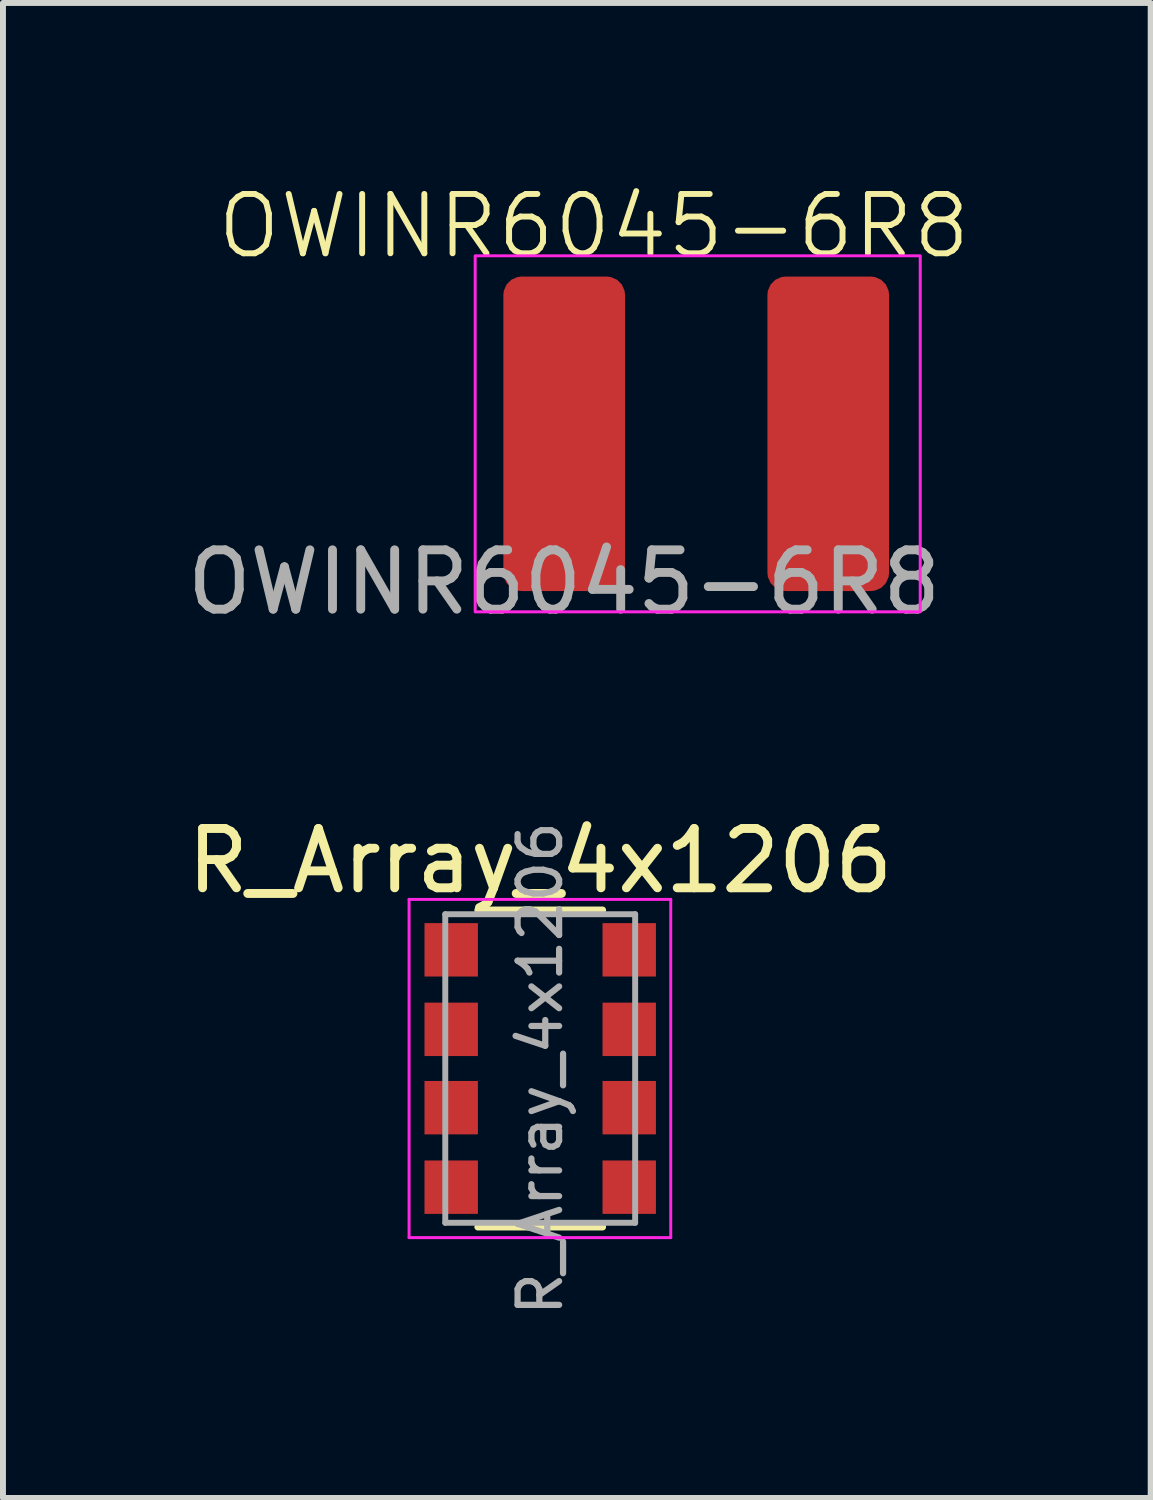
<source format=kicad_pcb>
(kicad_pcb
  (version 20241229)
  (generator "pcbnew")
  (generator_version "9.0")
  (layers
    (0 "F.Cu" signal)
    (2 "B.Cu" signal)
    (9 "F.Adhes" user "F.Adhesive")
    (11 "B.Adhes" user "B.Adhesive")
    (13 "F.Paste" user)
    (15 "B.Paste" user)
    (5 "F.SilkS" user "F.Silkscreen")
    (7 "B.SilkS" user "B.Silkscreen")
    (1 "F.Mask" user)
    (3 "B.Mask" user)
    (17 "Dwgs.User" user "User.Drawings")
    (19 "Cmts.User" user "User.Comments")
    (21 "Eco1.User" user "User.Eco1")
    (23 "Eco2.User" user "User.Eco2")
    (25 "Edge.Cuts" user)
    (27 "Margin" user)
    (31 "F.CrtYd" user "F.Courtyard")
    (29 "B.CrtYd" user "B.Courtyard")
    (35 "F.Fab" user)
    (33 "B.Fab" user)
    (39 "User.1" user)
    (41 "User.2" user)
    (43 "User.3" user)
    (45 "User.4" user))
  (footprint "R_Array_4x1206"
    (layer "F.Cu")
    (at 6.054 14.957)
    (property "Reference" "R_Array_4x1206" (at 0 -3.5 0) (layer "F.SilkS") (effects (font (size 1 1) (thickness 0.15))))
    (attr smd)
    (fp_line (start 1.05 -2.67) (end -1.05 -2.67) (stroke (width 0.12) (type solid)) (layer "F.SilkS"))
    (fp_line (start 1.05 2.67) (end -1.05 2.67) (stroke (width 0.12) (type solid)) (layer "F.SilkS"))
    (fp_line (start -2.21 -2.85) (end -2.21 2.85) (stroke (width 0.05) (type solid)) (layer "F.CrtYd"))
    (fp_line (start -2.21 -2.85) (end 2.2 -2.85) (stroke (width 0.05) (type solid)) (layer "F.CrtYd"))
    (fp_line (start 2.2 2.85) (end -2.21 2.85) (stroke (width 0.05) (type solid)) (layer "F.CrtYd"))
    (fp_line (start 2.2 2.85) (end 2.2 -2.85) (stroke (width 0.05) (type solid)) (layer "F.CrtYd"))
    (fp_line (start -1.6 -2.6) (end -1.6 2.6) (stroke (width 0.1) (type solid)) (layer "F.Fab"))
    (fp_line (start -1.6 2.6) (end 1.6 2.6) (stroke (width 0.1) (type solid)) (layer "F.Fab"))
    (fp_line (start 1.6 -2.6) (end -1.6 -2.6) (stroke (width 0.1) (type solid)) (layer "F.Fab"))
    (fp_line (start 1.6 2.6) (end 1.6 -2.6) (stroke (width 0.1) (type solid)) (layer "F.Fab"))
    (fp_text user "${REFERENCE}" (at 0 0 90) (layer "F.Fab") (effects (font (size 0.7 0.7) (thickness 0.105))))
    (pad "1" smd rect (at -1.5 -2) (size 0.9 0.9) (layers "F.Cu" "F.Mask" "F.Paste"))
    (pad "2" smd rect (at 1.5 -2) (size 0.9 0.9) (layers "F.Cu" "F.Mask" "F.Paste"))
    (pad "3" smd rect (at -1.5 -0.66) (size 0.9 0.9) (layers "F.Cu" "F.Mask" "F.Paste"))
    (pad "4" smd rect (at 1.5 -0.66) (size 0.9 0.9) (layers "F.Cu" "F.Mask" "F.Paste"))
    (pad "5" smd rect (at -1.5 0.66) (size 0.9 0.9) (layers "F.Cu" "F.Mask" "F.Paste"))
    (pad "6" smd rect (at 1.5 0.66) (size 0.9 0.9) (layers "F.Cu" "F.Mask" "F.Paste"))
    (pad "7" smd rect (at -1.5 2) (size 0.9 0.9) (layers "F.Cu" "F.Mask" "F.Paste"))
    (pad "8" smd rect (at 1.5 2) (size 0.9 0.9) (layers "F.Cu" "F.Mask" "F.Paste")))
  (footprint "OWINR6045-6R8"
    (layer "F.Cu")
    (at 6.458 4.261)
    (property "Reference" "OWINR6045-6R8" (at 0.5 -3.5 0) (unlocked yes) (layer "F.SilkS") (effects (font (size 1 1) (thickness 0.1))))
    (attr smd)
    (fp_rect (start -1.5 -3) (end 6 3) (stroke (width 0.05) (type default)) (fill no) (layer "F.CrtYd"))
    (fp_text user "${REFERENCE}" (at 0 2.5 0) (unlocked yes) (layer "F.Fab") (effects (font (size 1 1) (thickness 0.15))))
    (pad "1" smd roundrect (at 4.45 0 270) (size 5.3 2.05) (layers "F.Cu" "F.Mask" "F.Paste") (roundrect_rratio 0.15))
    (pad "2" smd roundrect (at 0 0 270) (size 5.3 2.05) (layers "F.Cu" "F.Mask" "F.Paste") (roundrect_rratio 0.15)))
  (gr_rect
    (start -3 -3)
    (end 16.342 22.195)
    (stroke (width 0.1) (type default))
    (fill no)
    (layer "Edge.Cuts")))
</source>
